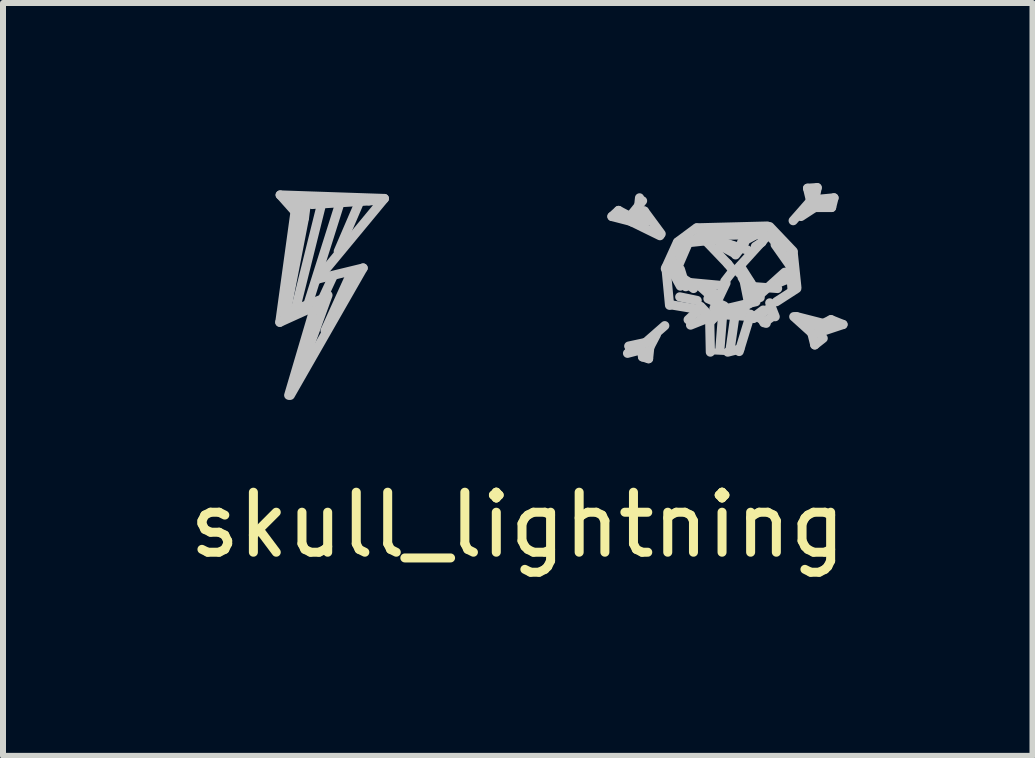
<source format=kicad_pcb>
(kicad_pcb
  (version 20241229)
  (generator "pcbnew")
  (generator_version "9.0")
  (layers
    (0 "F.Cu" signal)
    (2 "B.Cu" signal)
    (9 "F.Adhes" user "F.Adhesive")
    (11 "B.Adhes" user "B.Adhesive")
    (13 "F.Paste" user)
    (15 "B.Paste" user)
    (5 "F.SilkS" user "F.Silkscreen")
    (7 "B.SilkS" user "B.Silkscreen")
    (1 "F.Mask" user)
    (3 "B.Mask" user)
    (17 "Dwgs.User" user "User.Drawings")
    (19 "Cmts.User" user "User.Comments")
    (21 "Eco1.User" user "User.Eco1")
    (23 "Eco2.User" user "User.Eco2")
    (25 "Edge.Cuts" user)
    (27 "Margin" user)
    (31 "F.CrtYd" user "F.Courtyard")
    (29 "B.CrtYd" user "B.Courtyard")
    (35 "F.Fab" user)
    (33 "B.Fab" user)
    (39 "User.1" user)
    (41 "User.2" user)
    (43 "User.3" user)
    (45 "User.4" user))
  (footprint "skull_lightning"
    (layer "F.Cu")
    (at 5.577 2.497)
    (property "Reference" "skull_lightning" (at 0 3.2 0) (layer "F.SilkS") (effects (font (size 1 1) (thickness 0.15))))
    (attr through_hole)
    (fp_line (start -3.964 -0.177) (end -3.71 -2.02) (stroke (width 0.153) (type solid)) (layer "Dwgs.User"))
    (fp_line (start -3.958 -2.298) (end -2.222 -2.239) (stroke (width 0.153) (type solid)) (layer "Dwgs.User"))
    (fp_line (start -3.88 -0.28) (end -3.27 -0.54) (stroke (width 0.1) (type solid)) (layer "Dwgs.User"))
    (fp_line (start -3.855 -0.362) (end -3.162 -0.629) (stroke (width 0.1) (type solid)) (layer "Dwgs.User"))
    (fp_line (start -3.816 1.039) (end -3.379 -0.443) (stroke (width 0.153) (type solid)) (layer "Dwgs.User"))
    (fp_line (start -3.799 -2.222) (end -3.546 -2.091) (stroke (width 0.153) (type solid)) (layer "Dwgs.User"))
    (fp_line (start -3.71 -2.02) (end -3.958 -2.298) (stroke (width 0.153) (type solid)) (layer "Dwgs.User"))
    (fp_line (start -3.68 -1.8) (end -3.84 -0.67) (stroke (width 0.153) (type solid)) (layer "Dwgs.User"))
    (fp_line (start -3.65 0.66) (end -3.29 -0.46) (stroke (width 0.153) (type solid)) (layer "Dwgs.User"))
    (fp_line (start -3.64 -2.02) (end -3.71 -2.22) (stroke (width 0.153) (type solid)) (layer "Dwgs.User"))
    (fp_line (start -3.63 -2.18) (end -3.64 -2.02) (stroke (width 0.153) (type solid)) (layer "Dwgs.User"))
    (fp_line (start -3.59 -2.14) (end -3.68 -1.74) (stroke (width 0.153) (type solid)) (layer "Dwgs.User"))
    (fp_line (start -3.554 -1.916) (end -3.855 -0.362) (stroke (width 0.153) (type solid)) (layer "Dwgs.User"))
    (fp_line (start -3.51 -2.26) (end -3.554 -1.916) (stroke (width 0.153) (type solid)) (layer "Dwgs.User"))
    (fp_line (start -3.43 -2.14) (end -2.48 -2.2) (stroke (width 0.153) (type solid)) (layer "Dwgs.User"))
    (fp_line (start -3.379 -0.443) (end -3.964 -0.177) (stroke (width 0.153) (type solid)) (layer "Dwgs.User"))
    (fp_line (start -3.332 -0.898) (end -2.576 -1.081) (stroke (width 0.153) (type solid)) (layer "Dwgs.User"))
    (fp_line (start -3.26 -2.18) (end -3.72 -0.33) (stroke (width 0.153) (type solid)) (layer "Dwgs.User"))
    (fp_line (start -3.162 -0.629) (end -3.546 0.431) (stroke (width 0.153) (type solid)) (layer "Dwgs.User"))
    (fp_line (start -3.08 -0.94) (end -3.28 -0.51) (stroke (width 0.153) (type solid)) (layer "Dwgs.User"))
    (fp_line (start -2.98 -2.11) (end -3.51 -0.43) (stroke (width 0.153) (type solid)) (layer "Dwgs.User"))
    (fp_line (start -2.77 -1.01) (end -3.21 -0.04) (stroke (width 0.153) (type solid)) (layer "Dwgs.User"))
    (fp_line (start -2.65 -2.15) (end -2.99 -1.36) (stroke (width 0.153) (type solid)) (layer "Dwgs.User"))
    (fp_line (start -2.576 -1.081) (end -3.79 1.04) (stroke (width 0.153) (type solid)) (layer "Dwgs.User"))
    (fp_line (start -2.48 -2.2) (end -2.32 -2.21) (stroke (width 0.153) (type solid)) (layer "Dwgs.User"))
    (fp_line (start -2.222 -2.239) (end -3.332 -0.898) (stroke (width 0.153) (type solid)) (layer "Dwgs.User"))
    (fp_line (start 1.57 -1.94) (end 1.68 -2.04) (stroke (width 0.153) (type solid)) (layer "Dwgs.User"))
    (fp_line (start 1.68 -2.04) (end 1.87 -1.94) (stroke (width 0.153) (type solid)) (layer "Dwgs.User"))
    (fp_line (start 1.83 0.34) (end 2.06 0.28) (stroke (width 0.153) (type solid)) (layer "Dwgs.User"))
    (fp_line (start 1.85 0.22) (end 1.83 0.34) (stroke (width 0.1) (type solid)) (layer "Dwgs.User"))
    (fp_line (start 1.87 -1.94) (end 2.08 -2.2) (stroke (width 0.153) (type solid)) (layer "Dwgs.User"))
    (fp_line (start 1.88 -1.86) (end 1.57 -1.94) (stroke (width 0.153) (type solid)) (layer "Dwgs.User"))
    (fp_line (start 1.9 -1.85) (end 2.11 -2.03) (stroke (width 0.153) (type solid)) (layer "Dwgs.User"))
    (fp_line (start 2.01 -2.06) (end 2.03 -2.25) (stroke (width 0.153) (type solid)) (layer "Dwgs.User"))
    (fp_line (start 2.06 0.28) (end 2.08 0.4) (stroke (width 0.153) (type solid)) (layer "Dwgs.User"))
    (fp_line (start 2.08 0.4) (end 2.18 0.43) (stroke (width 0.153) (type solid)) (layer "Dwgs.User"))
    (fp_line (start 2.11 -2.03) (end 2.39 -1.65) (stroke (width 0.153) (type solid)) (layer "Dwgs.User"))
    (fp_line (start 2.13 0.16) (end 1.85 0.22) (stroke (width 0.153) (type solid)) (layer "Dwgs.User"))
    (fp_line (start 2.15 -1.86) (end 2.08 -1.87) (stroke (width 0.153) (type solid)) (layer "Dwgs.User"))
    (fp_line (start 2.18 0.43) (end 2.2 0.24) (stroke (width 0.153) (type solid)) (layer "Dwgs.User"))
    (fp_line (start 2.2 0.24) (end 2.31 0.03) (stroke (width 0.153) (type solid)) (layer "Dwgs.User"))
    (fp_line (start 2.37 -1.62) (end 1.9 -1.85) (stroke (width 0.153) (type solid)) (layer "Dwgs.User"))
    (fp_line (start 2.45 -0.12) (end 2.13 0.16) (stroke (width 0.153) (type solid)) (layer "Dwgs.User"))
    (fp_line (start 2.47 -1.09) (end 2.53 -0.46) (stroke (width 0.153) (type solid)) (layer "Dwgs.User"))
    (fp_line (start 2.54 -1.09) (end 2.71 -0.78) (stroke (width 0.153) (type solid)) (layer "Dwgs.User"))
    (fp_line (start 2.54 -1.03) (end 2.81 -1.49) (stroke (width 0.153) (type solid)) (layer "Dwgs.User"))
    (fp_line (start 2.54 -0.47) (end 3.08 -0.38) (stroke (width 0.153) (type solid)) (layer "Dwgs.User"))
    (fp_line (start 2.66 -1.51) (end 2.46 -1.07) (stroke (width 0.153) (type solid)) (layer "Dwgs.User"))
    (fp_line (start 2.66 -1.08) (end 2.82 -1.45) (stroke (width 0.153) (type solid)) (layer "Dwgs.User"))
    (fp_line (start 2.67 -1.52) (end 2.98 -1.75) (stroke (width 0.153) (type solid)) (layer "Dwgs.User"))
    (fp_line (start 2.69 -0.98) (end 2.94 -0.82) (stroke (width 0.1) (type solid)) (layer "Dwgs.User"))
    (fp_line (start 2.7 -0.6) (end 2.99 -0.54) (stroke (width 0.153) (type solid)) (layer "Dwgs.User"))
    (fp_line (start 2.71 -1.06) (end 2.8 -0.77) (stroke (width 0.153) (type solid)) (layer "Dwgs.User"))
    (fp_line (start 2.81 -1.49) (end 3.09 -1.68) (stroke (width 0.1) (type solid)) (layer "Dwgs.User"))
    (fp_line (start 2.88 -0.13) (end 3.13 -0.23) (stroke (width 0.153) (type solid)) (layer "Dwgs.User"))
    (fp_line (start 2.93 -0.74) (end 2.54 -1.03) (stroke (width 0.153) (type solid)) (layer "Dwgs.User"))
    (fp_line (start 2.99 -0.36) (end 2.84 -0.22) (stroke (width 0.153) (type solid)) (layer "Dwgs.User"))
    (fp_line (start 3.04 -1.63) (end 3.5 -1.15) (stroke (width 0.153) (type solid)) (layer "Dwgs.User"))
    (fp_line (start 3.09 -1.68) (end 4.15 -1.67) (stroke (width 0.153) (type solid)) (layer "Dwgs.User"))
    (fp_line (start 3.12 -1.62) (end 3.21 -1.49) (stroke (width 0.153) (type solid)) (layer "Dwgs.User"))
    (fp_line (start 3.17 -0.57) (end 3.44 -0.45) (stroke (width 0.153) (type solid)) (layer "Dwgs.User"))
    (fp_line (start 3.19 -0.64) (end 3 -0.81) (stroke (width 0.153) (type solid)) (layer "Dwgs.User"))
    (fp_line (start 3.19 -0.29) (end 3.05 -0.44) (stroke (width 0.153) (type solid)) (layer "Dwgs.User"))
    (fp_line (start 3.2 -0.16) (end 3.21 0.32) (stroke (width 0.153) (type solid)) (layer "Dwgs.User"))
    (fp_line (start 3.24 -0.23) (end 3.06 -0.24) (stroke (width 0.153) (type solid)) (layer "Dwgs.User"))
    (fp_line (start 3.24 -0.18) (end 3.35 -0.29) (stroke (width 0.1) (type solid)) (layer "Dwgs.User"))
    (fp_line (start 3.27 0.31) (end 3.5 0.32) (stroke (width 0.1) (type solid)) (layer "Dwgs.User"))
    (fp_line (start 3.28 -1.55) (end 2.81 -1.5) (stroke (width 0.153) (type solid)) (layer "Dwgs.User"))
    (fp_line (start 3.29 -1.55) (end 3.21 -1.44) (stroke (width 0.1) (type solid)) (layer "Dwgs.User"))
    (fp_line (start 3.32 -0.64) (end 3.14 -0.72) (stroke (width 0.153) (type solid)) (layer "Dwgs.User"))
    (fp_line (start 3.36 -1.56) (end 3.83 -1.38) (stroke (width 0.1) (type solid)) (layer "Dwgs.User"))
    (fp_line (start 3.37 -0.33) (end 3.29 -0.32) (stroke (width 0.153) (type solid)) (layer "Dwgs.User"))
    (fp_line (start 3.38 -1.45) (end 3.62 -1.32) (stroke (width 0.153) (type solid)) (layer "Dwgs.User"))
    (fp_line (start 3.38 -0.38) (end 3.97 -0.52) (stroke (width 0.153) (type solid)) (layer "Dwgs.User"))
    (fp_line (start 3.39 -0.79) (end 2.74 -0.85) (stroke (width 0.153) (type solid)) (layer "Dwgs.User"))
    (fp_line (start 3.41 -0.25) (end 3.37 0.26) (stroke (width 0.153) (type solid)) (layer "Dwgs.User"))
    (fp_line (start 3.47 -0.83) (end 3.27 -0.41) (stroke (width 0.153) (type solid)) (layer "Dwgs.User"))
    (fp_line (start 3.47 -0.3) (end 3.76 -0.28) (stroke (width 0.153) (type solid)) (layer "Dwgs.User"))
    (fp_line (start 3.5 -1.15) (end 3.59 -1.04) (stroke (width 0.153) (type solid)) (layer "Dwgs.User"))
    (fp_line (start 3.5 0.32) (end 3.7 0.27) (stroke (width 0.153) (type solid)) (layer "Dwgs.User"))
    (fp_line (start 3.54 0.27) (end 3.62 -0.29) (stroke (width 0.1) (type solid)) (layer "Dwgs.User"))
    (fp_line (start 3.59 -1.04) (end 3.45 -0.86) (stroke (width 0.153) (type solid)) (layer "Dwgs.User"))
    (fp_line (start 3.62 -0.29) (end 3.54 0.27) (stroke (width 0.153) (type solid)) (layer "Dwgs.User"))
    (fp_line (start 3.63 -1.3) (end 3.78 -1.5) (stroke (width 0.153) (type solid)) (layer "Dwgs.User"))
    (fp_line (start 3.67 -1.08) (end 4.16 -1.62) (stroke (width 0.153) (type solid)) (layer "Dwgs.User"))
    (fp_line (start 3.69 0.31) (end 3.88 -0.31) (stroke (width 0.153) (type solid)) (layer "Dwgs.User"))
    (fp_line (start 3.77 -0.88) (end 3.85 -0.48) (stroke (width 0.153) (type solid)) (layer "Dwgs.User"))
    (fp_line (start 3.79 -0.4) (end 3.39 -0.41) (stroke (width 0.153) (type solid)) (layer "Dwgs.User"))
    (fp_line (start 3.83 -1.38) (end 3.29 -1.55) (stroke (width 0.153) (type solid)) (layer "Dwgs.User"))
    (fp_line (start 3.87 -0.85) (end 3.69 -1) (stroke (width 0.153) (type solid)) (layer "Dwgs.User"))
    (fp_line (start 3.93 -0.24) (end 4.21 -0.42) (stroke (width 0.153) (type solid)) (layer "Dwgs.User"))
    (fp_line (start 3.95 -0.6) (end 3.74 -0.92) (stroke (width 0.153) (type solid)) (layer "Dwgs.User"))
    (fp_line (start 3.96 -1.44) (end 4.07 -1.51) (stroke (width 0.153) (type solid)) (layer "Dwgs.User"))
    (fp_line (start 3.98 -0.29) (end 4.14 -0.16) (stroke (width 0.153) (type solid)) (layer "Dwgs.User"))
    (fp_line (start 4.04 -0.59) (end 3.71 -1.11) (stroke (width 0.153) (type solid)) (layer "Dwgs.User"))
    (fp_line (start 4.05 -1.68) (end 3.73 -1.51) (stroke (width 0.153) (type solid)) (layer "Dwgs.User"))
    (fp_line (start 4.05 -0.65) (end 4.45 -1.01) (stroke (width 0.153) (type solid)) (layer "Dwgs.User"))
    (fp_line (start 4.07 -1.64) (end 3.12 -1.62) (stroke (width 0.153) (type solid)) (layer "Dwgs.User"))
    (fp_line (start 4.09 -0.38) (end 3.97 -0.29) (stroke (width 0.153) (type solid)) (layer "Dwgs.User"))
    (fp_line (start 4.1 -0.17) (end 4.27 -0.29) (stroke (width 0.153) (type solid)) (layer "Dwgs.User"))
    (fp_line (start 4.15 -1.67) (end 4.53 -1.25) (stroke (width 0.153) (type solid)) (layer "Dwgs.User"))
    (fp_line (start 4.16 -1.78) (end 2.99 -1.75) (stroke (width 0.153) (type solid)) (layer "Dwgs.User"))
    (fp_line (start 4.29 -1.47) (end 4.53 -1.13) (stroke (width 0.153) (type solid)) (layer "Dwgs.User"))
    (fp_line (start 4.29 -0.27) (end 4.2 -0.5) (stroke (width 0.153) (type solid)) (layer "Dwgs.User"))
    (fp_line (start 4.33 -0.74) (end 3.8 -0.78) (stroke (width 0.153) (type solid)) (layer "Dwgs.User"))
    (fp_line (start 4.36 -0.84) (end 4.48 -0.89) (stroke (width 0.153) (type solid)) (layer "Dwgs.User"))
    (fp_line (start 4.51 -0.96) (end 4.49 -0.86) (stroke (width 0.1) (type solid)) (layer "Dwgs.User"))
    (fp_line (start 4.53 -1.25) (end 4.57 -0.74) (stroke (width 0.153) (type solid)) (layer "Dwgs.User"))
    (fp_line (start 4.59 -1.87) (end 4.88 -2.2) (stroke (width 0.153) (type solid)) (layer "Dwgs.User"))
    (fp_line (start 4.59 -1.36) (end 4.2 -1.77) (stroke (width 0.153) (type solid)) (layer "Dwgs.User"))
    (fp_line (start 4.6 -0.27) (end 4.9 0) (stroke (width 0.153) (type solid)) (layer "Dwgs.User"))
    (fp_line (start 4.65 -0.77) (end 4.59 -1.34) (stroke (width 0.153) (type solid)) (layer "Dwgs.User"))
    (fp_line (start 4.65 -0.74) (end 4.31 -0.52) (stroke (width 0.153) (type solid)) (layer "Dwgs.User"))
    (fp_line (start 4.65 -0.27) (end 5.08 -0.16) (stroke (width 0.153) (type solid)) (layer "Dwgs.User"))
    (fp_line (start 4.83 -2.41) (end 4.99 -2.42) (stroke (width 0.153) (type solid)) (layer "Dwgs.User"))
    (fp_line (start 4.88 -2.2) (end 4.83 -2.41) (stroke (width 0.153) (type solid)) (layer "Dwgs.User"))
    (fp_line (start 4.9 0) (end 4.95 0.2) (stroke (width 0.153) (type solid)) (layer "Dwgs.User"))
    (fp_line (start 4.95 -2.22) (end 5.27 -2.25) (stroke (width 0.153) (type solid)) (layer "Dwgs.User"))
    (fp_line (start 4.95 -2.09) (end 4.72 -1.94) (stroke (width 0.153) (type solid)) (layer "Dwgs.User"))
    (fp_line (start 4.95 0.2) (end 5.09 0.09) (stroke (width 0.153) (type solid)) (layer "Dwgs.User"))
    (fp_line (start 4.99 -2.42) (end 4.95 -2.22) (stroke (width 0.153) (type solid)) (layer "Dwgs.User"))
    (fp_line (start 5 -0.11) (end 4.64 -0.27) (stroke (width 0.153) (type solid)) (layer "Dwgs.User"))
    (fp_line (start 5 0) (end 5.42 -0.14) (stroke (width 0.153) (type solid)) (layer "Dwgs.User"))
    (fp_line (start 5.09 0.09) (end 5 0) (stroke (width 0.1) (type solid)) (layer "Dwgs.User"))
    (fp_line (start 5.22 -0.22) (end 5 -0.11) (stroke (width 0.153) (type solid)) (layer "Dwgs.User"))
    (fp_line (start 5.23 -2.09) (end 4.95 -2.09) (stroke (width 0.153) (type solid)) (layer "Dwgs.User"))
    (fp_line (start 5.27 -2.25) (end 5.23 -2.09) (stroke (width 0.153) (type solid)) (layer "Dwgs.User"))
    (fp_line (start 5.42 -0.14) (end 5.22 -0.22) (stroke (width 0.153) (type solid)) (layer "Dwgs.User")))
  (gr_rect
    (start -3 -3)
    (end 14.155 9.545)
    (stroke (width 0.1) (type default))
    (fill no)
    (layer "Edge.Cuts")))
</source>
